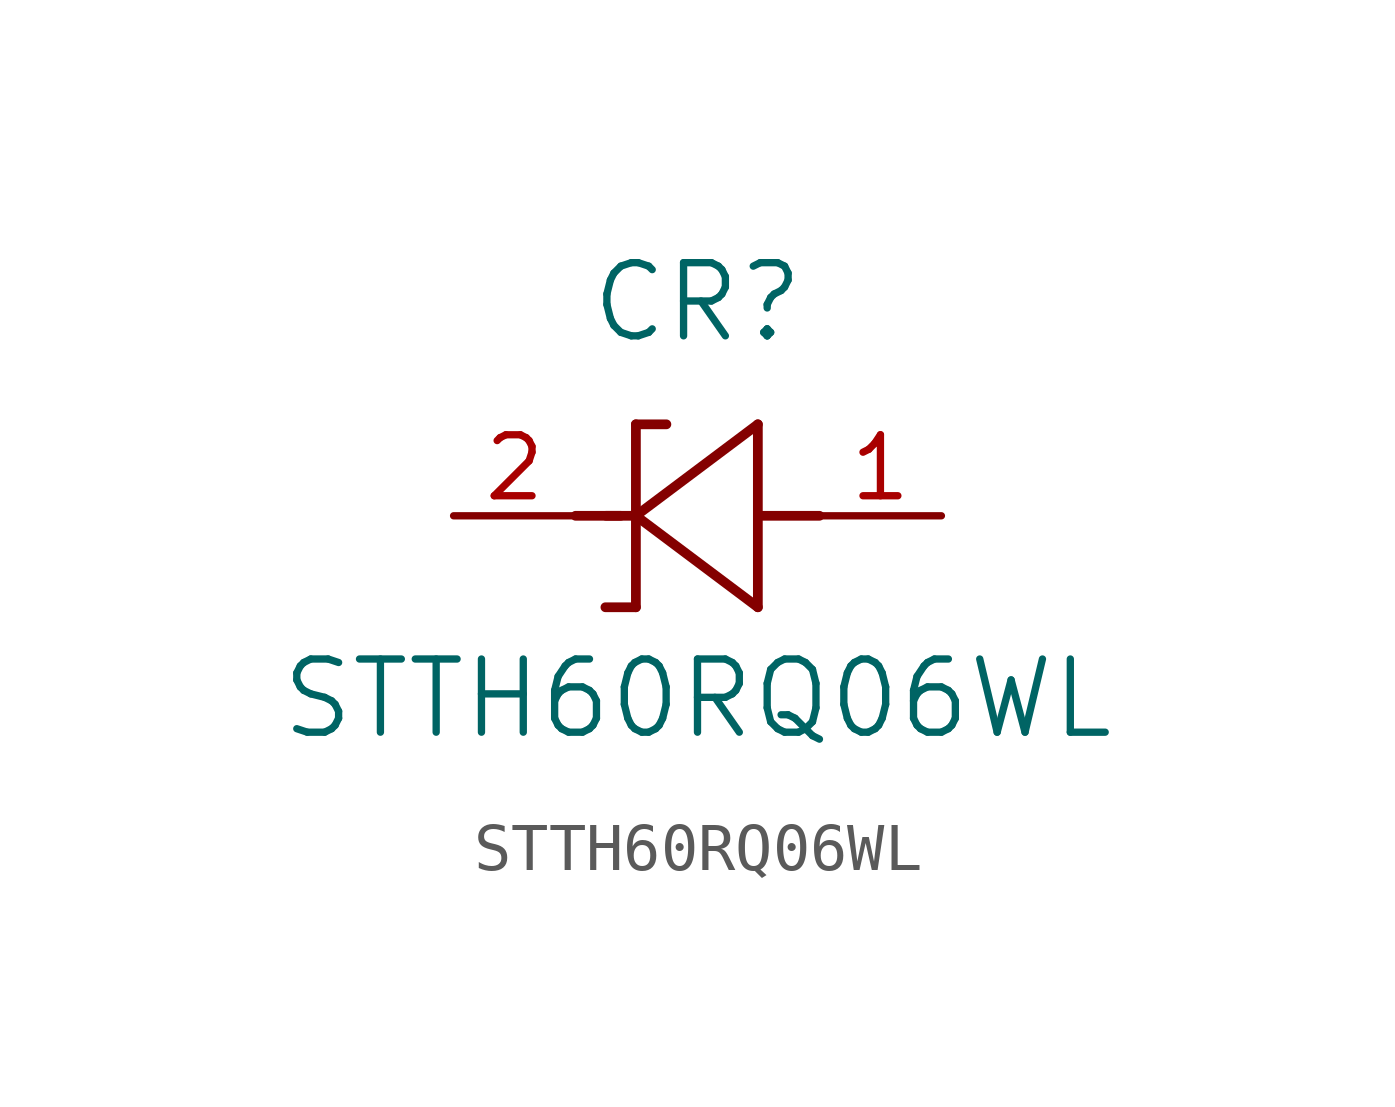
<source format=kicad_sym>
(kicad_symbol_lib
  (version 20211014)
  (generator kicad_symbol_editor)
  (symbol "STTH60RQ06WL"
    (pin_names
      (offset 0.254))
    (property "Reference" "CR"
      (at 5.08 4.445 0)
      (effects (font (size 1.524 1.524))))
    (property "Value" "STTH60RQ06WL"
      (at 5.08 -3.81 0)
      (effects (font (size 1.524 1.524))))
    (symbol "STTH60RQ06WL_0_1"
      (polyline (pts (xy 2.54 0) (xy 3.48 0)) (stroke (width 0.203) (type default) (color 0 0 0 0)) (fill (type none)))
      (polyline (pts (xy 3.175 0) (xy 3.81 0)) (stroke (width 0.203) (type default) (color 0 0 0 0)) (fill (type none)))
      (polyline (pts (xy 6.337 1.905) (xy 3.797 0)) (stroke (width 0.203) (type default) (color 0 0 0 0)) (fill (type none)))
      (polyline (pts (xy 3.797 1.905) (xy 4.432 1.905)) (stroke (width 0.203) (type default) (color 0 0 0 0)) (fill (type none)))
      (polyline (pts (xy 3.797 -1.905) (xy 3.162 -1.905)) (stroke (width 0.203) (type default) (color 0 0 0 0)) (fill (type none)))
      (polyline (pts (xy 6.337 -1.905) (xy 6.337 1.905)) (stroke (width 0.203) (type default) (color 0 0 0 0)) (fill (type none)))
      (polyline (pts (xy 3.797 1.905) (xy 3.797 -1.905)) (stroke (width 0.203) (type default) (color 0 0 0 0)) (fill (type none)))
      (polyline (pts (xy 3.797 0) (xy 6.337 -1.905)) (stroke (width 0.203) (type default) (color 0 0 0 0)) (fill (type none)))
      (polyline (pts (xy 6.35 0) (xy 7.62 0)) (stroke (width 0.203) (type default) (color 0 0 0 0)) (fill (type none)))
      (pin unspecified line (at 10.16 0 180) (length 2.54) (name "" (effects (font (size 1.27 1.27)))) (number "1" (effects (font (size 1.27 1.27)))))
      (pin unspecified line (at 0 0 0) (length 2.54) (name "" (effects (font (size 1.27 1.27)))) (number "2" (effects (font (size 1.27 1.27))))))))
</source>
